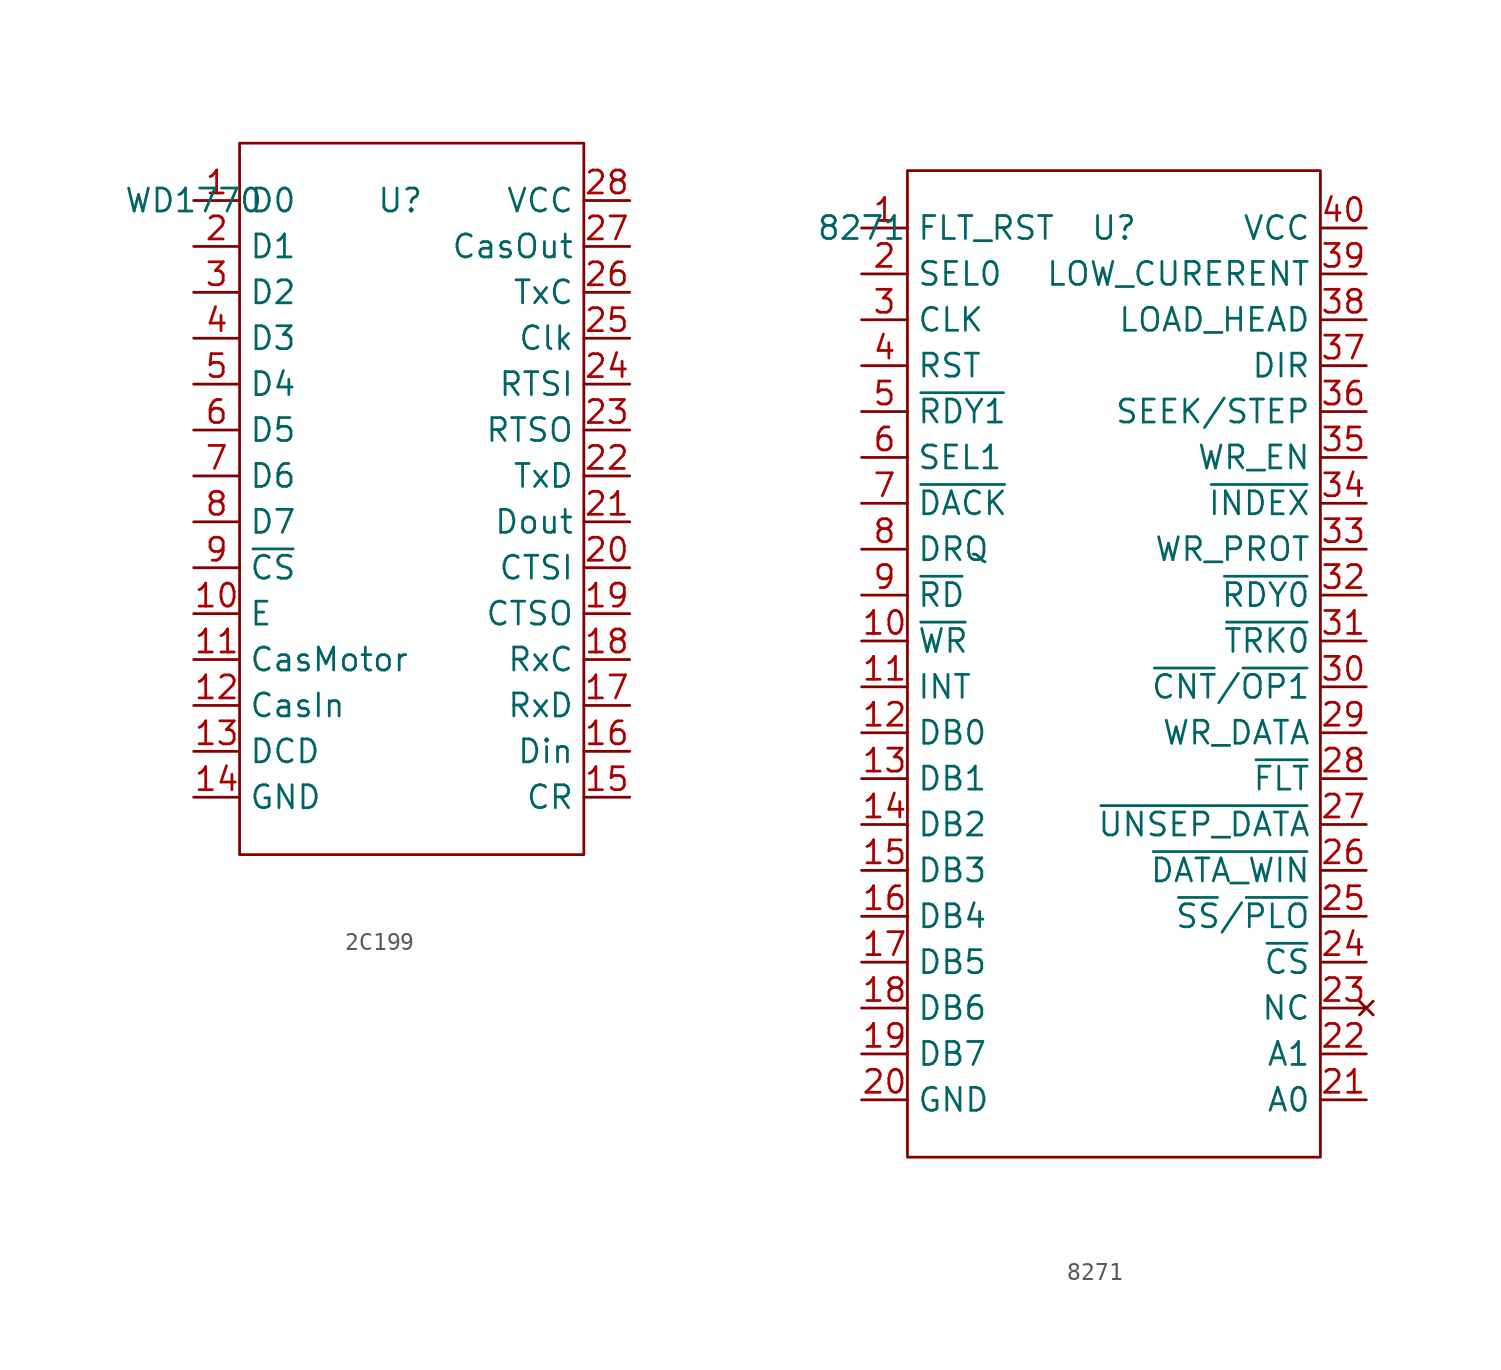
<source format=kicad_sym>
(kicad_symbol_lib
  (version 20241209)
  (generator "kicad_symbol_editor")
  (generator_version "9.0")
  (symbol "2C199"
    (property "Reference" "U"
      (at 0 0 0)
      (effects (font (size 1.27 1.27))))
    (property "Value" "WD1770"
      (at -11.43 0 0)
      (effects (font (size 1.27 1.27))))
    (symbol "2C199_0_1"
      (rectangle (start -8.89 3.175) (end 10.16 -36.195) (stroke (width 0) (type default)) (fill (type none))))
    (symbol "2C199_1_0"
      (pin output line (at -11.43 0 0) (length 2.54) (name "D0" (effects (font (size 1.27 1.27)))) (number "1" (effects (font (size 1.27 1.27)))))
      (pin output line (at -11.43 -2.54 0) (length 2.54) (name "D1" (effects (font (size 1.27 1.27)))) (number "2" (effects (font (size 1.27 1.27)))))
      (pin output line (at -11.43 -5.08 0) (length 2.54) (name "D2" (effects (font (size 1.27 1.27)))) (number "3" (effects (font (size 1.27 1.27)))))
      (pin output line (at -11.43 -7.62 0) (length 2.54) (name "D3" (effects (font (size 1.27 1.27)))) (number "4" (effects (font (size 1.27 1.27)))))
      (pin output line (at -11.43 -10.16 0) (length 2.54) (name "D4" (effects (font (size 1.27 1.27)))) (number "5" (effects (font (size 1.27 1.27)))))
      (pin output line (at -11.43 -12.7 0) (length 2.54) (name "D5" (effects (font (size 1.27 1.27)))) (number "6" (effects (font (size 1.27 1.27)))))
      (pin output line (at -11.43 -15.24 0) (length 2.54) (name "D6" (effects (font (size 1.27 1.27)))) (number "7" (effects (font (size 1.27 1.27)))))
      (pin output line (at -11.43 -17.78 0) (length 2.54) (name "D7" (effects (font (size 1.27 1.27)))) (number "8" (effects (font (size 1.27 1.27)))))
      (pin output line (at -11.43 -20.32 0) (length 2.54) (name "~{CS}" (effects (font (size 1.27 1.27)))) (number "9" (effects (font (size 1.27 1.27)))))
      (pin output line (at -11.43 -22.86 0) (length 2.54) (name "E" (effects (font (size 1.27 1.27)))) (number "10" (effects (font (size 1.27 1.27)))))
      (pin input line (at -11.43 -25.4 0) (length 2.54) (name "CasMotor" (effects (font (size 1.27 1.27)))) (number "11" (effects (font (size 1.27 1.27)))))
      (pin output line (at -11.43 -27.94 0) (length 2.54) (name "CasIn" (effects (font (size 1.27 1.27)))) (number "12" (effects (font (size 1.27 1.27)))))
      (pin input line (at -11.43 -30.48 0) (length 2.54) (name "DCD" (effects (font (size 1.27 1.27)))) (number "13" (effects (font (size 1.27 1.27)))))
      (pin power_out line (at -11.43 -33.02 0) (length 2.54) (name "GND" (effects (font (size 1.27 1.27)))) (number "14" (effects (font (size 1.27 1.27)))))
      (pin power_out line (at 12.7 0 180) (length 2.54) (name "VCC" (effects (font (size 1.27 1.27)))) (number "28" (effects (font (size 1.27 1.27)))))
      (pin input line (at 12.7 -2.54 180) (length 2.54) (name "CasOut" (effects (font (size 1.27 1.27)))) (number "27" (effects (font (size 1.27 1.27)))))
      (pin input line (at 12.7 -5.08 180) (length 2.54) (name "TxC" (effects (font (size 1.27 1.27)))) (number "26" (effects (font (size 1.27 1.27)))))
      (pin output line (at 12.7 -7.62 180) (length 2.54) (name "Clk" (effects (font (size 1.27 1.27)))) (number "25" (effects (font (size 1.27 1.27)))))
      (pin output line (at 12.7 -10.16 180) (length 2.54) (name "RTSI" (effects (font (size 1.27 1.27)))) (number "24" (effects (font (size 1.27 1.27)))))
      (pin input line (at 12.7 -12.7 180) (length 2.54) (name "RTSO" (effects (font (size 1.27 1.27)))) (number "23" (effects (font (size 1.27 1.27)))))
      (pin output line (at 12.7 -15.24 180) (length 2.54) (name "TxD" (effects (font (size 1.27 1.27)))) (number "22" (effects (font (size 1.27 1.27)))))
      (pin input line (at 12.7 -17.78 180) (length 2.54) (name "Dout" (effects (font (size 1.27 1.27)))) (number "21" (effects (font (size 1.27 1.27)))))
      (pin output line (at 12.7 -20.32 180) (length 2.54) (name "CTSI" (effects (font (size 1.27 1.27)))) (number "20" (effects (font (size 1.27 1.27)))))
      (pin input line (at 12.7 -22.86 180) (length 2.54) (name "CTSO" (effects (font (size 1.27 1.27)))) (number "19" (effects (font (size 1.27 1.27)))))
      (pin input line (at 12.7 -25.4 180) (length 2.54) (name "RxC" (effects (font (size 1.27 1.27)))) (number "18" (effects (font (size 1.27 1.27)))))
      (pin output line (at 12.7 -27.94 180) (length 2.54) (name "RxD" (effects (font (size 1.27 1.27)))) (number "17" (effects (font (size 1.27 1.27)))))
      (pin output line (at 12.7 -30.48 180) (length 2.54) (name "Din" (effects (font (size 1.27 1.27)))) (number "16" (effects (font (size 1.27 1.27)))))
      (pin input line (at 12.7 -33.02 180) (length 2.54) (name "CR" (effects (font (size 1.27 1.27)))) (number "15" (effects (font (size 1.27 1.27)))))))
  (symbol "8271"
    (property "Reference" "U"
      (at 0 0 0)
      (effects (font (size 1.27 1.27))))
    (property "Value" "8271"
      (at -13.97 0 0)
      (effects (font (size 1.27 1.27))))
    (symbol "8271_0_0"
      (pin passive line (at -13.97 0 0) (length 2.54) (name "FLT_RST" (effects (font (size 1.27 1.27)))) (number "1" (effects (font (size 1.27 1.27)))))
      (pin passive line (at -13.97 -2.54 0) (length 2.54) (name "SEL0" (effects (font (size 1.27 1.27)))) (number "2" (effects (font (size 1.27 1.27)))))
      (pin passive line (at -13.97 -5.08 0) (length 2.54) (name "CLK" (effects (font (size 1.27 1.27)))) (number "3" (effects (font (size 1.27 1.27)))))
      (pin passive line (at -13.97 -7.62 0) (length 2.54) (name "RST" (effects (font (size 1.27 1.27)))) (number "4" (effects (font (size 1.27 1.27)))))
      (pin passive line (at -13.97 -10.16 0) (length 2.54) (name "~{RDY1}" (effects (font (size 1.27 1.27)))) (number "5" (effects (font (size 1.27 1.27)))))
      (pin passive line (at -13.97 -12.7 0) (length 2.54) (name "SEL1" (effects (font (size 1.27 1.27)))) (number "6" (effects (font (size 1.27 1.27)))))
      (pin passive line (at -13.97 -15.24 0) (length 2.54) (name "~{DACK}" (effects (font (size 1.27 1.27)))) (number "7" (effects (font (size 1.27 1.27)))))
      (pin passive line (at -13.97 -17.78 0) (length 2.54) (name "DRQ" (effects (font (size 1.27 1.27)))) (number "8" (effects (font (size 1.27 1.27)))))
      (pin passive line (at -13.97 -20.32 0) (length 2.54) (name "~{RD}" (effects (font (size 1.27 1.27)))) (number "9" (effects (font (size 1.27 1.27)))))
      (pin passive line (at -13.97 -22.86 0) (length 2.54) (name "~{WR}" (effects (font (size 1.27 1.27)))) (number "10" (effects (font (size 1.27 1.27)))))
      (pin passive line (at -13.97 -25.4 0) (length 2.54) (name "INT" (effects (font (size 1.27 1.27)))) (number "11" (effects (font (size 1.27 1.27)))))
      (pin bidirectional line (at -13.97 -27.94 0) (length 2.54) (name "DB0" (effects (font (size 1.27 1.27)))) (number "12" (effects (font (size 1.27 1.27)))))
      (pin bidirectional line (at -13.97 -30.48 0) (length 2.54) (name "DB1" (effects (font (size 1.27 1.27)))) (number "13" (effects (font (size 1.27 1.27)))))
      (pin bidirectional line (at -13.97 -33.02 0) (length 2.54) (name "DB2" (effects (font (size 1.27 1.27)))) (number "14" (effects (font (size 1.27 1.27)))))
      (pin bidirectional line (at -13.97 -35.56 0) (length 2.54) (name "DB3" (effects (font (size 1.27 1.27)))) (number "15" (effects (font (size 1.27 1.27)))))
      (pin bidirectional line (at -13.97 -38.1 0) (length 2.54) (name "DB4" (effects (font (size 1.27 1.27)))) (number "16" (effects (font (size 1.27 1.27)))))
      (pin bidirectional line (at -13.97 -40.64 0) (length 2.54) (name "DB5" (effects (font (size 1.27 1.27)))) (number "17" (effects (font (size 1.27 1.27)))))
      (pin bidirectional line (at -13.97 -43.18 0) (length 2.54) (name "DB6" (effects (font (size 1.27 1.27)))) (number "18" (effects (font (size 1.27 1.27)))))
      (pin bidirectional line (at -13.97 -45.72 0) (length 2.54) (name "DB7" (effects (font (size 1.27 1.27)))) (number "19" (effects (font (size 1.27 1.27)))))
      (pin power_in line (at -13.97 -48.26 0) (length 2.54) (name "GND" (effects (font (size 1.27 1.27)))) (number "20" (effects (font (size 1.27 1.27)))))
      (pin power_in line (at 13.97 0 180) (length 2.54) (name "VCC" (effects (font (size 1.27 1.27)))) (number "40" (effects (font (size 1.27 1.27)))))
      (pin passive line (at 13.97 -2.54 180) (length 2.54) (name "LOW_CURERENT" (effects (font (size 1.27 1.27)))) (number "39" (effects (font (size 1.27 1.27)))))
      (pin passive line (at 13.97 -5.08 180) (length 2.54) (name "LOAD_HEAD" (effects (font (size 1.27 1.27)))) (number "38" (effects (font (size 1.27 1.27)))))
      (pin passive line (at 13.97 -7.62 180) (length 2.54) (name "DIR" (effects (font (size 1.27 1.27)))) (number "37" (effects (font (size 1.27 1.27)))))
      (pin passive line (at 13.97 -10.16 180) (length 2.54) (name "SEEK/STEP" (effects (font (size 1.27 1.27)))) (number "36" (effects (font (size 1.27 1.27)))))
      (pin passive line (at 13.97 -12.7 180) (length 2.54) (name "WR_EN" (effects (font (size 1.27 1.27)))) (number "35" (effects (font (size 1.27 1.27)))))
      (pin passive line (at 13.97 -15.24 180) (length 2.54) (name "~{INDEX}" (effects (font (size 1.27 1.27)))) (number "34" (effects (font (size 1.27 1.27)))))
      (pin passive line (at 13.97 -17.78 180) (length 2.54) (name "WR_PROT" (effects (font (size 1.27 1.27)))) (number "33" (effects (font (size 1.27 1.27)))))
      (pin passive line (at 13.97 -20.32 180) (length 2.54) (name "~{RDY0}" (effects (font (size 1.27 1.27)))) (number "32" (effects (font (size 1.27 1.27)))))
      (pin passive line (at 13.97 -22.86 180) (length 2.54) (name "~{TRK0}" (effects (font (size 1.27 1.27)))) (number "31" (effects (font (size 1.27 1.27)))))
      (pin passive line (at 13.97 -25.4 180) (length 2.54) (name "~{CNT}/~{OP1}" (effects (font (size 1.27 1.27)))) (number "30" (effects (font (size 1.27 1.27)))))
      (pin passive line (at 13.97 -27.94 180) (length 2.54) (name "WR_DATA" (effects (font (size 1.27 1.27)))) (number "29" (effects (font (size 1.27 1.27)))))
      (pin passive line (at 13.97 -30.48 180) (length 2.54) (name "~{FLT}" (effects (font (size 1.27 1.27)))) (number "28" (effects (font (size 1.27 1.27)))))
      (pin passive line (at 13.97 -33.02 180) (length 2.54) (name "~{UNSEP_DATA}" (effects (font (size 1.27 1.27)))) (number "27" (effects (font (size 1.27 1.27)))))
      (pin passive line (at 13.97 -35.56 180) (length 2.54) (name "~{DATA_WIN}" (effects (font (size 1.27 1.27)))) (number "26" (effects (font (size 1.27 1.27)))))
      (pin passive line (at 13.97 -38.1 180) (length 2.54) (name "~{SS}/~{PLO}" (effects (font (size 1.27 1.27)))) (number "25" (effects (font (size 1.27 1.27)))))
      (pin passive line (at 13.97 -40.64 180) (length 2.54) (name "~{CS}" (effects (font (size 1.27 1.27)))) (number "24" (effects (font (size 1.27 1.27)))))
      (pin no_connect line (at 13.97 -43.18 180) (length 2.54) (name "NC" (effects (font (size 1.27 1.27)))) (number "23" (effects (font (size 1.27 1.27)))))
      (pin passive line (at 13.97 -45.72 180) (length 2.54) (name "A1" (effects (font (size 1.27 1.27)))) (number "22" (effects (font (size 1.27 1.27)))))
      (pin passive line (at 13.97 -48.26 180) (length 2.54) (name "A0" (effects (font (size 1.27 1.27)))) (number "21" (effects (font (size 1.27 1.27))))))
    (symbol "8271_0_1"
      (rectangle (start -11.43 3.175) (end 11.43 -51.435) (stroke (width 0) (type default)) (fill (type none))))))
</source>
